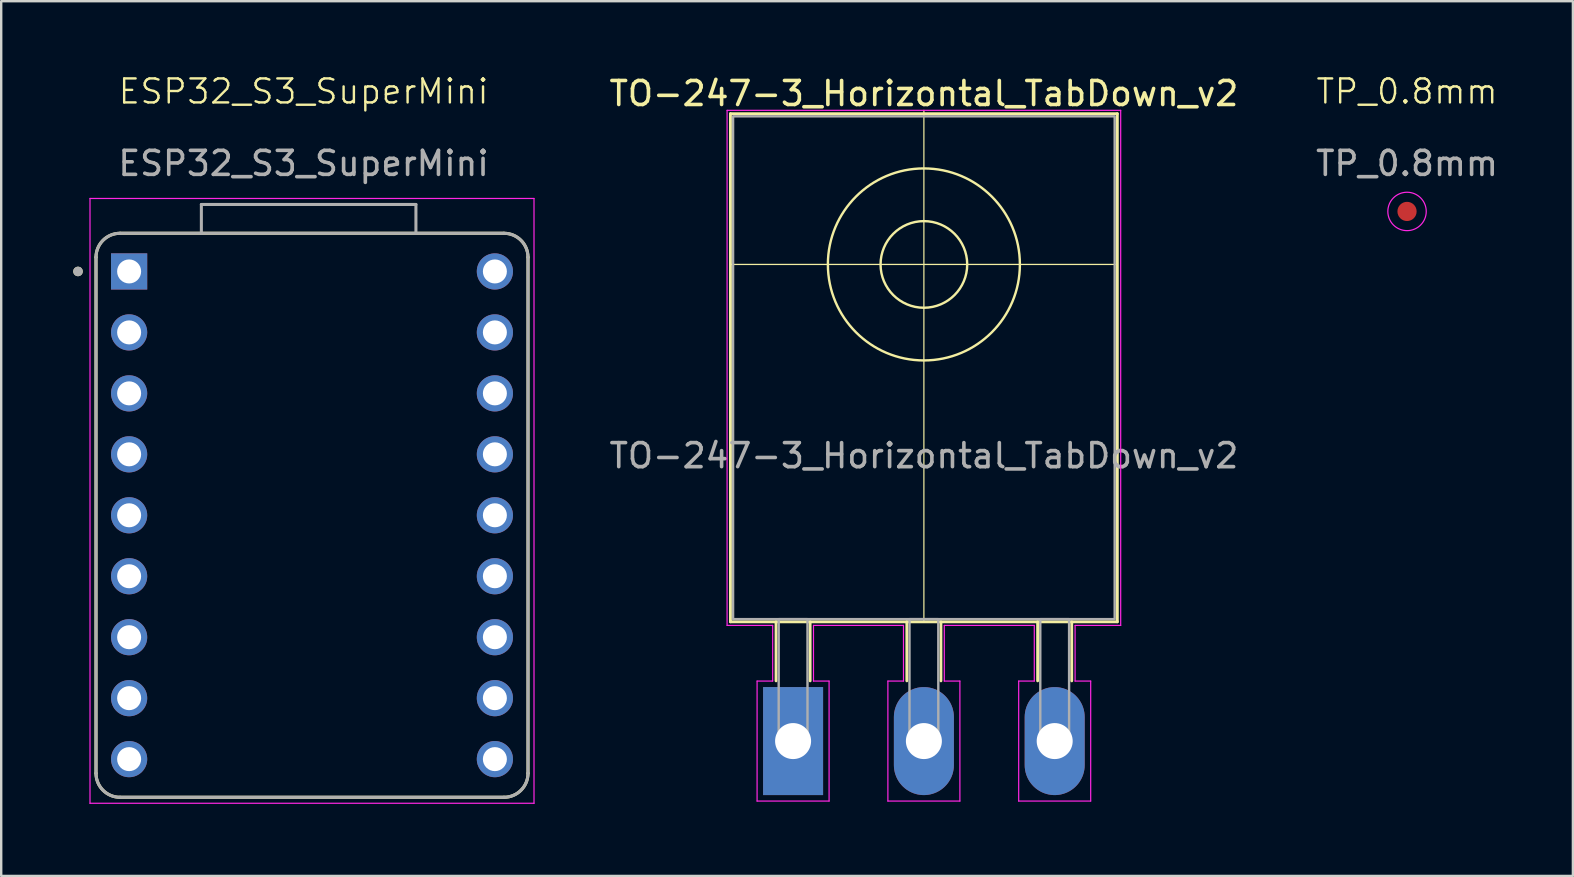
<source format=kicad_pcb>
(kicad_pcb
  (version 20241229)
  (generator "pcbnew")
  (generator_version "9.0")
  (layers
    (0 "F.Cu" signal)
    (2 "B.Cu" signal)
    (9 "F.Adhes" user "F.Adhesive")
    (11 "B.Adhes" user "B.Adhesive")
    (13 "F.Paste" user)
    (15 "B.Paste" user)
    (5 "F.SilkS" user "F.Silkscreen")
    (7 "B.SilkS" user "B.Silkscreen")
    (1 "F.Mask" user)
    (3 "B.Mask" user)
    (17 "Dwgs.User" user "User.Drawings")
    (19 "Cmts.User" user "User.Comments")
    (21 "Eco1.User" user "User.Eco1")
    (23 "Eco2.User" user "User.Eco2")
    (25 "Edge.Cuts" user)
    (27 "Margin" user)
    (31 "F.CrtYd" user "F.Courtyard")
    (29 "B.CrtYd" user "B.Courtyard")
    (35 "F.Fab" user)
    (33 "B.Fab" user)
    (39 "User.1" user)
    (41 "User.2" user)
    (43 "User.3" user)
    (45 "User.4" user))
  (footprint "ESP32_S3_SuperMini"
    (layer "F.Cu")
    (at 9.6 1.26)
    (property "Reference" "ESP32_S3_SuperMini" (at 0 -0.5 0) (unlocked yes) (layer "F.SilkS") (effects (font (size 1 1) (thickness 0.1))))
    (attr smd)
    (fp_line (start -8.65 27.91) (end -8.65 6.41) (stroke (width 0.127) (type solid)) (layer "F.SilkS"))
    (fp_line (start -7.65 5.41) (end -4.26 5.41) (stroke (width 0.127) (type solid)) (layer "F.SilkS"))
    (fp_line (start -4.26 5.41) (end 4.68 5.41) (stroke (width 0.127) (type solid)) (layer "F.SilkS"))
    (fp_line (start 4.68 5.41) (end 8.35 5.41) (stroke (width 0.127) (type solid)) (layer "F.SilkS"))
    (fp_line (start 8.35 28.91) (end -7.65 28.91) (stroke (width 0.127) (type solid)) (layer "F.SilkS"))
    (fp_line (start 9.35 6.41) (end 9.35 27.91) (stroke (width 0.127) (type solid)) (layer "F.SilkS"))
    (fp_arc (start -8.65 6.41) (mid -8.357107 5.702893) (end -7.65 5.41) (stroke (width 0.127) (type solid)) (layer "F.SilkS"))
    (fp_arc (start -7.65 28.91) (mid -8.357107 28.617107) (end -8.65 27.91) (stroke (width 0.127) (type solid)) (layer "F.SilkS"))
    (fp_arc (start 8.35 5.41) (mid 9.057107 5.702893) (end 9.35 6.41) (stroke (width 0.127) (type solid)) (layer "F.SilkS"))
    (fp_arc (start 9.35 27.91) (mid 9.057107 28.617107) (end 8.35 28.91) (stroke (width 0.127) (type solid)) (layer "F.SilkS"))
    (fp_circle (center -9.4 7) (end -9.3 7) (stroke (width 0.2) (type solid)) (fill no) (layer "F.SilkS"))
    (fp_line (start -8.9 3.96) (end -8.9 29.16) (stroke (width 0.05) (type solid)) (layer "F.CrtYd"))
    (fp_line (start -8.9 29.16) (end 9.6 29.16) (stroke (width 0.05) (type solid)) (layer "F.CrtYd"))
    (fp_line (start 9.6 3.96) (end -8.9 3.96) (stroke (width 0.05) (type solid)) (layer "F.CrtYd"))
    (fp_line (start 9.6 29.16) (end 9.6 3.96) (stroke (width 0.05) (type solid)) (layer "F.CrtYd"))
    (fp_line (start -8.65 27.91) (end -8.65 6.41) (stroke (width 0.127) (type solid)) (layer "F.Fab"))
    (fp_line (start -7.65 5.41) (end -4.26 5.41) (stroke (width 0.127) (type solid)) (layer "F.Fab"))
    (fp_line (start -4.26 4.21) (end 4.68 4.21) (stroke (width 0.127) (type solid)) (layer "F.Fab"))
    (fp_line (start -4.26 5.41) (end -4.26 4.21) (stroke (width 0.127) (type solid)) (layer "F.Fab"))
    (fp_line (start -4.26 5.41) (end 4.68 5.41) (stroke (width 0.127) (type solid)) (layer "F.Fab"))
    (fp_line (start 4.68 4.21) (end 4.68 5.41) (stroke (width 0.127) (type solid)) (layer "F.Fab"))
    (fp_line (start 4.68 5.41) (end 8.35 5.41) (stroke (width 0.127) (type solid)) (layer "F.Fab"))
    (fp_line (start 8.35 28.91) (end -7.65 28.91) (stroke (width 0.127) (type solid)) (layer "F.Fab"))
    (fp_line (start 9.35 6.41) (end 9.35 27.91) (stroke (width 0.127) (type solid)) (layer "F.Fab"))
    (fp_arc (start -8.65 6.41) (mid -8.357107 5.702893) (end -7.65 5.41) (stroke (width 0.127) (type solid)) (layer "F.Fab"))
    (fp_arc (start -7.65 28.91) (mid -8.357107 28.617107) (end -8.65 27.91) (stroke (width 0.127) (type solid)) (layer "F.Fab"))
    (fp_arc (start 8.35 5.41) (mid 9.057107 5.702893) (end 9.35 6.41) (stroke (width 0.127) (type solid)) (layer "F.Fab"))
    (fp_arc (start 9.35 27.91) (mid 9.057107 28.617107) (end 8.35 28.91) (stroke (width 0.127) (type solid)) (layer "F.Fab"))
    (fp_circle (center -9.4 7) (end -9.3 7) (stroke (width 0.2) (type solid)) (fill no) (layer "F.Fab"))
    (fp_text user "${REFERENCE}" (at 0 2.5 0) (unlocked yes) (layer "F.Fab") (effects (font (size 1 1) (thickness 0.15))))
    (pad "1" thru_hole circle (at 7.97 12.08) (size 1.508 1.508) (drill 1) (layers "*.Cu" "*.Mask"))
    (pad "2" thru_hole circle (at 7.97 14.62) (size 1.508 1.508) (drill 1) (layers "*.Cu" "*.Mask"))
    (pad "3" thru_hole circle (at 7.97 17.16) (size 1.508 1.508) (drill 1) (layers "*.Cu" "*.Mask"))
    (pad "3V3" thru_hole circle (at -7.27 12.08) (size 1.508 1.508) (drill 1) (layers "*.Cu" "*.Mask"))
    (pad "4" thru_hole circle (at 7.97 19.7) (size 1.508 1.508) (drill 1) (layers "*.Cu" "*.Mask"))
    (pad "5" thru_hole circle (at 7.97 22.24) (size 1.508 1.508) (drill 1) (layers "*.Cu" "*.Mask"))
    (pad "5V" thru_hole rect (at -7.27 7) (size 1.508 1.508) (drill 1) (layers "*.Cu" "*.Mask"))
    (pad "6" thru_hole circle (at 7.97 24.78) (size 1.508 1.508) (drill 1) (layers "*.Cu" "*.Mask"))
    (pad "7" thru_hole circle (at 7.97 27.32) (size 1.508 1.508) (drill 1) (layers "*.Cu" "*.Mask"))
    (pad "8" thru_hole circle (at -7.27 27.32) (size 1.508 1.508) (drill 1) (layers "*.Cu" "*.Mask"))
    (pad "9" thru_hole circle (at -7.27 24.78) (size 1.508 1.508) (drill 1) (layers "*.Cu" "*.Mask"))
    (pad "10" thru_hole circle (at -7.27 22.24) (size 1.508 1.508) (drill 1) (layers "*.Cu" "*.Mask"))
    (pad "11" thru_hole circle (at -7.27 19.7) (size 1.508 1.508) (drill 1) (layers "*.Cu" "*.Mask"))
    (pad "12" thru_hole circle (at -7.27 17.16) (size 1.508 1.508) (drill 1) (layers "*.Cu" "*.Mask"))
    (pad "13" thru_hole circle (at -7.27 14.62) (size 1.508 1.508) (drill 1) (layers "*.Cu" "*.Mask"))
    (pad "GND" thru_hole circle (at -7.27 9.54) (size 1.508 1.508) (drill 1) (layers "*.Cu" "*.Mask"))
    (pad "RX" thru_hole circle (at 7.97 9.54) (size 1.508 1.508) (drill 1) (layers "*.Cu" "*.Mask"))
    (pad "TX" thru_hole circle (at 7.97 7) (size 1.508 1.508) (drill 1) (layers "*.Cu" "*.Mask")))
  (footprint "TO-247-3_Horizontal_TabDown_v2"
    (layer "F.Cu")
    (at 29.995 27.828)
    (property "Reference" "TO-247-3_Horizontal_TabDown_v2" (at 5.45 -26.98 0) (layer "F.SilkS") (effects (font (size 1 1) (thickness 0.15))))
    (attr through_hole)
    (fp_line (start -2.61 -26.14) (end 13.51 -26.14) (stroke (width 0.12) (type solid)) (layer "F.SilkS"))
    (fp_line (start -2.61 -4.97) (end -2.61 -26.14) (stroke (width 0.12) (type solid)) (layer "F.SilkS"))
    (fp_line (start -2.61 -4.97) (end 13.51 -4.97) (stroke (width 0.12) (type solid)) (layer "F.SilkS"))
    (fp_line (start -2.59 -19.86) (end 13.47 -19.86) (stroke (width 0.05) (type default)) (layer "F.SilkS"))
    (fp_line (start -0.71 -4.97) (end -0.71 -2.51) (stroke (width 0.12) (type solid)) (layer "F.SilkS"))
    (fp_line (start 0.71 -4.97) (end 0.71 -2.51) (stroke (width 0.12) (type solid)) (layer "F.SilkS"))
    (fp_line (start 4.74 -4.97) (end 4.74 -2.51) (stroke (width 0.12) (type solid)) (layer "F.SilkS"))
    (fp_line (start 5.45 -26.28) (end 5.45 -4.97) (stroke (width 0.05) (type solid)) (layer "F.SilkS"))
    (fp_line (start 6.16 -4.97) (end 6.16 -2.51) (stroke (width 0.12) (type solid)) (layer "F.SilkS"))
    (fp_line (start 10.19 -4.97) (end 10.19 -2.51) (stroke (width 0.12) (type solid)) (layer "F.SilkS"))
    (fp_line (start 11.61 -4.97) (end 11.61 -2.51) (stroke (width 0.12) (type solid)) (layer "F.SilkS"))
    (fp_line (start 13.51 -4.97) (end 13.51 -26.14) (stroke (width 0.12) (type solid)) (layer "F.SilkS"))
    (fp_circle (center 5.45 -19.86) (end 7.255 -19.86) (stroke (width 0.1) (type solid)) (fill no) (layer "F.SilkS"))
    (fp_circle (center 5.45 -19.86) (end 9.45 -19.86) (stroke (width 0.1) (type solid)) (fill no) (layer "F.SilkS"))
    (fp_line (start -2.75 -26.28) (end 13.65 -26.28) (stroke (width 0.05) (type solid)) (layer "F.CrtYd"))
    (fp_line (start -2.75 -4.82) (end -2.75 -26.28) (stroke (width 0.05) (type solid)) (layer "F.CrtYd"))
    (fp_line (start -1.5 -2.5) (end -0.85 -2.5) (stroke (width 0.05) (type solid)) (layer "F.CrtYd"))
    (fp_line (start -1.5 2.5) (end -1.5 -2.5) (stroke (width 0.05) (type solid)) (layer "F.CrtYd"))
    (fp_line (start -0.85 -4.82) (end -2.75 -4.82) (stroke (width 0.05) (type solid)) (layer "F.CrtYd"))
    (fp_line (start -0.85 -2.5) (end -0.85 -4.82) (stroke (width 0.05) (type solid)) (layer "F.CrtYd"))
    (fp_line (start 0.85 -4.82) (end 0.85 -2.5) (stroke (width 0.05) (type solid)) (layer "F.CrtYd"))
    (fp_line (start 0.85 -2.5) (end 1.5 -2.5) (stroke (width 0.05) (type solid)) (layer "F.CrtYd"))
    (fp_line (start 1.5 -2.5) (end 1.5 2.5) (stroke (width 0.05) (type solid)) (layer "F.CrtYd"))
    (fp_line (start 1.5 2.5) (end -1.5 2.5) (stroke (width 0.05) (type solid)) (layer "F.CrtYd"))
    (fp_line (start 3.95 -2.5) (end 4.6 -2.5) (stroke (width 0.05) (type solid)) (layer "F.CrtYd"))
    (fp_line (start 3.95 2.5) (end 3.95 -2.5) (stroke (width 0.05) (type solid)) (layer "F.CrtYd"))
    (fp_line (start 4.6 -4.82) (end 0.85 -4.82) (stroke (width 0.05) (type solid)) (layer "F.CrtYd"))
    (fp_line (start 4.6 -2.5) (end 4.6 -4.82) (stroke (width 0.05) (type solid)) (layer "F.CrtYd"))
    (fp_line (start 6.3 -4.82) (end 6.3 -2.5) (stroke (width 0.05) (type solid)) (layer "F.CrtYd"))
    (fp_line (start 6.3 -2.5) (end 6.95 -2.5) (stroke (width 0.05) (type solid)) (layer "F.CrtYd"))
    (fp_line (start 6.95 -2.5) (end 6.95 2.5) (stroke (width 0.05) (type solid)) (layer "F.CrtYd"))
    (fp_line (start 6.95 2.5) (end 3.95 2.5) (stroke (width 0.05) (type solid)) (layer "F.CrtYd"))
    (fp_line (start 9.4 -2.5) (end 10.05 -2.5) (stroke (width 0.05) (type solid)) (layer "F.CrtYd"))
    (fp_line (start 9.4 2.5) (end 9.4 -2.5) (stroke (width 0.05) (type solid)) (layer "F.CrtYd"))
    (fp_line (start 10.05 -4.82) (end 6.3 -4.82) (stroke (width 0.05) (type solid)) (layer "F.CrtYd"))
    (fp_line (start 10.05 -2.5) (end 10.05 -4.82) (stroke (width 0.05) (type solid)) (layer "F.CrtYd"))
    (fp_line (start 11.75 -4.82) (end 11.75 -2.5) (stroke (width 0.05) (type solid)) (layer "F.CrtYd"))
    (fp_line (start 11.75 -2.5) (end 12.4 -2.5) (stroke (width 0.05) (type solid)) (layer "F.CrtYd"))
    (fp_line (start 12.4 -2.5) (end 12.4 2.5) (stroke (width 0.05) (type solid)) (layer "F.CrtYd"))
    (fp_line (start 12.4 2.5) (end 9.4 2.5) (stroke (width 0.05) (type solid)) (layer "F.CrtYd"))
    (fp_line (start 13.65 -26.28) (end 13.65 -4.82) (stroke (width 0.05) (type solid)) (layer "F.CrtYd"))
    (fp_line (start 13.65 -4.82) (end 11.75 -4.82) (stroke (width 0.05) (type solid)) (layer "F.CrtYd"))
    (fp_rect (start -2.5 -26.03) (end 13.4 -5.08) (stroke (width 0.1) (type solid)) (fill no) (layer "F.Fab"))
    (fp_rect (start -0.6 -5.08) (end 0.6 0) (stroke (width 0.1) (type solid)) (fill no) (layer "F.Fab"))
    (fp_rect (start 4.85 -5.08) (end 6.05 0) (stroke (width 0.1) (type solid)) (fill no) (layer "F.Fab"))
    (fp_rect (start 10.3 -5.08) (end 11.5 0) (stroke (width 0.1) (type solid)) (fill no) (layer "F.Fab"))
    (fp_text user "${REFERENCE}" (at 5.45 -11.89 0) (layer "F.Fab") (effects (font (size 1 1) (thickness 0.15))))
    (pad "1" thru_hole rect (at 0 0) (size 2.5 4.5) (drill 1.5) (layers "*.Cu" "*.Mask"))
    (pad "2" thru_hole oval (at 5.45 0) (size 2.5 4.5) (drill 1.5) (layers "*.Cu" "*.Mask"))
    (pad "3" thru_hole oval (at 10.9 0) (size 2.5 4.5) (drill 1.5) (layers "*.Cu" "*.Mask")))
  (footprint "TP_0.8mm"
    (layer "F.Cu")
    (at 55.576 1.26)
    (property "Reference" "TP_0.8mm" (at 0 -0.5 0) (unlocked yes) (layer "F.SilkS") (effects (font (size 1 1) (thickness 0.1))))
    (fp_circle (center 0 4.5) (end 0.8 4.5) (stroke (width 0.05) (type solid)) (fill no) (layer "F.CrtYd"))
    (fp_text user "${REFERENCE}" (at 0 2.5 0) (unlocked yes) (layer "F.Fab") (effects (font (size 1 1) (thickness 0.15))))
    (pad "1" smd circle (at 0 4.5) (size 0.8 0.8) (layers "F.Cu" "F.Mask")))
  (gr_rect
    (start -3 -3)
    (end 62.487 33.446)
    (stroke (width 0.1) (type default))
    (fill no)
    (layer "Edge.Cuts")))
</source>
